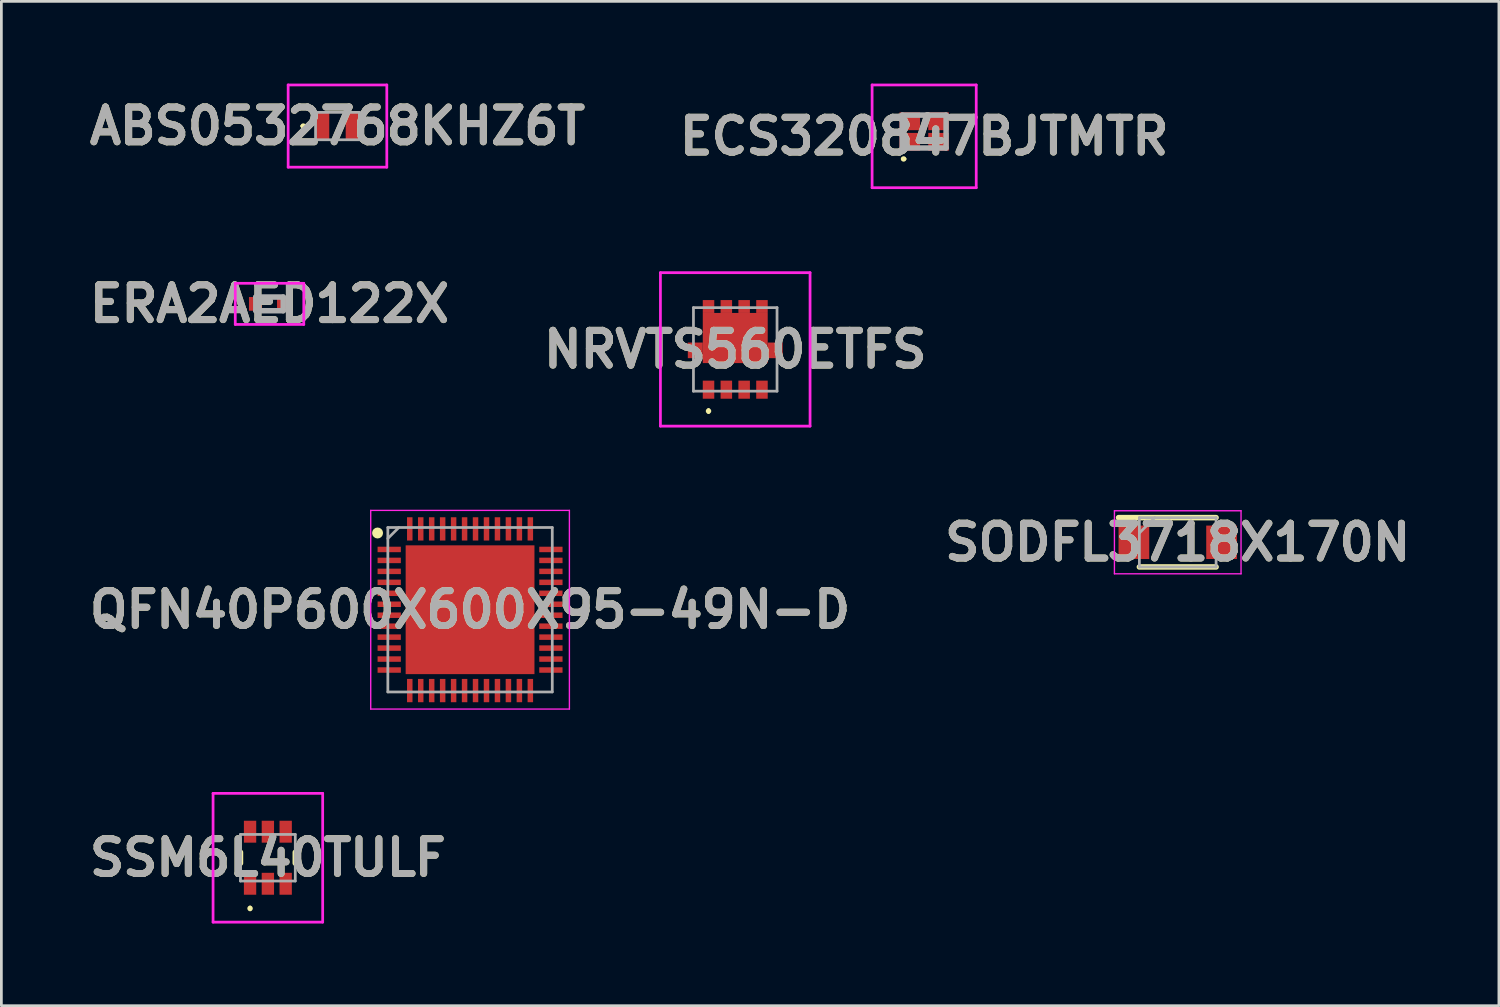
<source format=kicad_pcb>
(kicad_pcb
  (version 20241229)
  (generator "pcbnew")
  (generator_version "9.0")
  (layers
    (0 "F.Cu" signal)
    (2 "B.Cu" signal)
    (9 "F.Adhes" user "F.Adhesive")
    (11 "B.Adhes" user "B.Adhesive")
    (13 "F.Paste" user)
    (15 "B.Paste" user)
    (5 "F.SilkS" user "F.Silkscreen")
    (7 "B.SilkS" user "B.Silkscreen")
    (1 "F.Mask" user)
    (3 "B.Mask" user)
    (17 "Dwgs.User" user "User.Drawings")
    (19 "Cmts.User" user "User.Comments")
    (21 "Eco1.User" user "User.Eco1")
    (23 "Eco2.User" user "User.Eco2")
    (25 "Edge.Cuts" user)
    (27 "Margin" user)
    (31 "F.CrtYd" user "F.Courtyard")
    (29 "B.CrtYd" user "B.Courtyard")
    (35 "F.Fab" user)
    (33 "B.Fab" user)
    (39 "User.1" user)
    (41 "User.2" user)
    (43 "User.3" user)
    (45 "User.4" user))
  (footprint "ERA2AED122X"
    (layer "F.Cu")
    (at 6.785 8.039)
    (property "Reference" "ERA2AED122X" (at 0 0 0) (layer "F.SilkS") (effects (font (size 1.27 1.27) (thickness 0.254))))
    (attr smd)
    (fp_line (start -1.25 -0.75) (end 1.25 -0.75) (stroke (width 0.1) (type solid)) (layer "F.CrtYd"))
    (fp_line (start -1.25 0.75) (end -1.25 -0.75) (stroke (width 0.1) (type solid)) (layer "F.CrtYd"))
    (fp_line (start 1.25 -0.75) (end 1.25 0.75) (stroke (width 0.1) (type solid)) (layer "F.CrtYd"))
    (fp_line (start 1.25 0.75) (end -1.25 0.75) (stroke (width 0.1) (type solid)) (layer "F.CrtYd"))
    (fp_line (start -0.5 -0.25) (end 0.5 -0.25) (stroke (width 0.2) (type solid)) (layer "F.Fab"))
    (fp_line (start -0.5 0.25) (end -0.5 -0.25) (stroke (width 0.2) (type solid)) (layer "F.Fab"))
    (fp_line (start 0.5 -0.25) (end 0.5 0.25) (stroke (width 0.2) (type solid)) (layer "F.Fab"))
    (fp_line (start 0.5 0.25) (end -0.5 0.25) (stroke (width 0.2) (type solid)) (layer "F.Fab"))
    (fp_text user "${REFERENCE}" (at 0 0 0) (layer "F.Fab") (effects (font (size 1.27 1.27) (thickness 0.254))))
    (pad "1" smd rect (at -0.512 0) (size 0.475 0.5) (layers "F.Cu" "F.Mask" "F.Paste"))
    (pad "2" smd rect (at 0.512 0) (size 0.475 0.5) (layers "F.Cu" "F.Mask" "F.Paste")))
  (footprint "ECS320847BJTMTR"
    (layer "F.Cu")
    (at 30.674 1.75)
    (property "Reference" "ECS320847BJTMTR" (at 0 0.175 0) (layer "F.SilkS") (effects (font (size 1.27 1.27) (thickness 0.254))))
    (attr smd)
    (fp_line (start -0.8 1) (end -0.8 1) (stroke (width 0.1) (type solid)) (layer "F.SilkS"))
    (fp_line (start -0.7 1) (end -0.7 1) (stroke (width 0.1) (type solid)) (layer "F.SilkS"))
    (fp_arc (start -0.8 1) (mid -0.75 0.95) (end -0.7 1) (stroke (width 0.1) (type solid)) (layer "F.SilkS"))
    (fp_arc (start -0.7 1) (mid -0.75 1.05) (end -0.8 1) (stroke (width 0.1) (type solid)) (layer "F.SilkS"))
    (fp_line (start -1.9 -1.7) (end 1.9 -1.7) (stroke (width 0.1) (type solid)) (layer "F.CrtYd"))
    (fp_line (start -1.9 2.05) (end -1.9 -1.7) (stroke (width 0.1) (type solid)) (layer "F.CrtYd"))
    (fp_line (start 1.9 -1.7) (end 1.9 2.05) (stroke (width 0.1) (type solid)) (layer "F.CrtYd"))
    (fp_line (start 1.9 2.05) (end -1.9 2.05) (stroke (width 0.1) (type solid)) (layer "F.CrtYd"))
    (fp_line (start -0.8 -0.6) (end 0.8 -0.6) (stroke (width 0.2) (type solid)) (layer "F.Fab"))
    (fp_line (start -0.8 0.6) (end -0.8 -0.6) (stroke (width 0.2) (type solid)) (layer "F.Fab"))
    (fp_line (start 0.8 -0.6) (end 0.8 0.6) (stroke (width 0.2) (type solid)) (layer "F.Fab"))
    (fp_line (start 0.8 0.6) (end -0.8 0.6) (stroke (width 0.2) (type solid)) (layer "F.Fab"))
    (fp_text user "${REFERENCE}" (at 0 0.175 0) (layer "F.Fab") (effects (font (size 1.27 1.27) (thickness 0.254))))
    (pad "1" smd rect (at -0.525 0.375 90) (size 0.65 0.75) (layers "F.Cu" "F.Mask" "F.Paste"))
    (pad "2" smd rect (at 0.525 0.375 90) (size 0.65 0.75) (layers "F.Cu" "F.Mask" "F.Paste"))
    (pad "3" smd rect (at 0.525 -0.375 90) (size 0.65 0.75) (layers "F.Cu" "F.Mask" "F.Paste"))
    (pad "4" smd rect (at -0.525 -0.375 90) (size 0.65 0.75) (layers "F.Cu" "F.Mask" "F.Paste")))
  (footprint "SSM6L40TULF"
    (layer "F.Cu")
    (at 6.725 28.25)
    (property "Reference" "SSM6L40TULF" (at 0 0 0) (layer "F.SilkS") (effects (font (size 1.27 1.27) (thickness 0.254))))
    (attr smd)
    (fp_line (start -1 -0.2) (end -1 0.2) (stroke (width 0.2) (type solid)) (layer "F.SilkS"))
    (fp_line (start -0.65 1.8) (end -0.65 1.8) (stroke (width 0.1) (type solid)) (layer "F.SilkS"))
    (fp_line (start -0.65 1.9) (end -0.65 1.9) (stroke (width 0.1) (type solid)) (layer "F.SilkS"))
    (fp_line (start 1 -0.2) (end 1 0.2) (stroke (width 0.2) (type solid)) (layer "F.SilkS"))
    (fp_arc (start -0.65 1.8) (mid -0.6 1.85) (end -0.65 1.9) (stroke (width 0.1) (type solid)) (layer "F.SilkS"))
    (fp_arc (start -0.65 1.9) (mid -0.7 1.85) (end -0.65 1.8) (stroke (width 0.1) (type solid)) (layer "F.SilkS"))
    (fp_line (start -2 -2.35) (end 2 -2.35) (stroke (width 0.1) (type solid)) (layer "F.CrtYd"))
    (fp_line (start -2 2.35) (end -2 -2.35) (stroke (width 0.1) (type solid)) (layer "F.CrtYd"))
    (fp_line (start 2 -2.35) (end 2 2.35) (stroke (width 0.1) (type solid)) (layer "F.CrtYd"))
    (fp_line (start 2 2.35) (end -2 2.35) (stroke (width 0.1) (type solid)) (layer "F.CrtYd"))
    (fp_line (start -1 -0.85) (end 1 -0.85) (stroke (width 0.1) (type solid)) (layer "F.Fab"))
    (fp_line (start -1 0.85) (end -1 -0.85) (stroke (width 0.1) (type solid)) (layer "F.Fab"))
    (fp_line (start 1 -0.85) (end 1 0.85) (stroke (width 0.1) (type solid)) (layer "F.Fab"))
    (fp_line (start 1 0.85) (end -1 0.85) (stroke (width 0.1) (type solid)) (layer "F.Fab"))
    (fp_text user "${REFERENCE}" (at 0 0 0) (layer "F.Fab") (effects (font (size 1.27 1.27) (thickness 0.254))))
    (pad "1" smd rect (at -0.65 0.95) (size 0.45 0.8) (layers "F.Cu" "F.Mask" "F.Paste"))
    (pad "2" smd rect (at 0 0.95) (size 0.45 0.8) (layers "F.Cu" "F.Mask" "F.Paste"))
    (pad "3" smd rect (at 0.65 0.95) (size 0.45 0.8) (layers "F.Cu" "F.Mask" "F.Paste"))
    (pad "4" smd rect (at 0.65 -0.95) (size 0.45 0.8) (layers "F.Cu" "F.Mask" "F.Paste"))
    (pad "5" smd rect (at 0 -0.95) (size 0.45 0.8) (layers "F.Cu" "F.Mask" "F.Paste"))
    (pad "6" smd rect (at -0.65 -0.95) (size 0.45 0.8) (layers "F.Cu" "F.Mask" "F.Paste")))
  (footprint "QFN40P600X600X95-49N-D"
    (layer "F.Cu")
    (at 14.103 19.2)
    (property "Reference" "QFN40P600X600X95-49N-D" (at 0 0 0) (layer "F.SilkS") (effects (font (size 1.27 1.27) (thickness 0.254))))
    (attr smd)
    (fp_circle (center -3.375 -2.8) (end -3.375 -2.7) (stroke (width 0.2) (type solid)) (fill no) (layer "F.SilkS"))
    (fp_line (start -3.625 -3.625) (end 3.625 -3.625) (stroke (width 0.05) (type solid)) (layer "F.CrtYd"))
    (fp_line (start -3.625 3.625) (end -3.625 -3.625) (stroke (width 0.05) (type solid)) (layer "F.CrtYd"))
    (fp_line (start 3.625 -3.625) (end 3.625 3.625) (stroke (width 0.05) (type solid)) (layer "F.CrtYd"))
    (fp_line (start 3.625 3.625) (end -3.625 3.625) (stroke (width 0.05) (type solid)) (layer "F.CrtYd"))
    (fp_line (start -3 -3) (end 3 -3) (stroke (width 0.1) (type solid)) (layer "F.Fab"))
    (fp_line (start -3 -2.6) (end -2.6 -3) (stroke (width 0.1) (type solid)) (layer "F.Fab"))
    (fp_line (start -3 3) (end -3 -3) (stroke (width 0.1) (type solid)) (layer "F.Fab"))
    (fp_line (start 3 -3) (end 3 3) (stroke (width 0.1) (type solid)) (layer "F.Fab"))
    (fp_line (start 3 3) (end -3 3) (stroke (width 0.1) (type solid)) (layer "F.Fab"))
    (fp_text user "${REFERENCE}" (at 0 0 0) (layer "F.Fab") (effects (font (size 1.27 1.27) (thickness 0.254))))
    (pad "1" smd rect (at -2.95 -2.2 90) (size 0.2 0.85) (layers "F.Cu" "F.Mask" "F.Paste"))
    (pad "2" smd rect (at -2.95 -1.8 90) (size 0.2 0.85) (layers "F.Cu" "F.Mask" "F.Paste"))
    (pad "3" smd rect (at -2.95 -1.4 90) (size 0.2 0.85) (layers "F.Cu" "F.Mask" "F.Paste"))
    (pad "4" smd rect (at -2.95 -1 90) (size 0.2 0.85) (layers "F.Cu" "F.Mask" "F.Paste"))
    (pad "5" smd rect (at -2.95 -0.6 90) (size 0.2 0.85) (layers "F.Cu" "F.Mask" "F.Paste"))
    (pad "6" smd rect (at -2.95 -0.2 90) (size 0.2 0.85) (layers "F.Cu" "F.Mask" "F.Paste"))
    (pad "7" smd rect (at -2.95 0.2 90) (size 0.2 0.85) (layers "F.Cu" "F.Mask" "F.Paste"))
    (pad "8" smd rect (at -2.95 0.6 90) (size 0.2 0.85) (layers "F.Cu" "F.Mask" "F.Paste"))
    (pad "9" smd rect (at -2.95 1 90) (size 0.2 0.85) (layers "F.Cu" "F.Mask" "F.Paste"))
    (pad "10" smd rect (at -2.95 1.4 90) (size 0.2 0.85) (layers "F.Cu" "F.Mask" "F.Paste"))
    (pad "11" smd rect (at -2.95 1.8 90) (size 0.2 0.85) (layers "F.Cu" "F.Mask" "F.Paste"))
    (pad "12" smd rect (at -2.95 2.2 90) (size 0.2 0.85) (layers "F.Cu" "F.Mask" "F.Paste"))
    (pad "13" smd rect (at -2.2 2.95) (size 0.2 0.85) (layers "F.Cu" "F.Mask" "F.Paste"))
    (pad "14" smd rect (at -1.8 2.95) (size 0.2 0.85) (layers "F.Cu" "F.Mask" "F.Paste"))
    (pad "15" smd rect (at -1.4 2.95) (size 0.2 0.85) (layers "F.Cu" "F.Mask" "F.Paste"))
    (pad "16" smd rect (at -1 2.95) (size 0.2 0.85) (layers "F.Cu" "F.Mask" "F.Paste"))
    (pad "17" smd rect (at -0.6 2.95) (size 0.2 0.85) (layers "F.Cu" "F.Mask" "F.Paste"))
    (pad "18" smd rect (at -0.2 2.95) (size 0.2 0.85) (layers "F.Cu" "F.Mask" "F.Paste"))
    (pad "19" smd rect (at 0.2 2.95) (size 0.2 0.85) (layers "F.Cu" "F.Mask" "F.Paste"))
    (pad "20" smd rect (at 0.6 2.95) (size 0.2 0.85) (layers "F.Cu" "F.Mask" "F.Paste"))
    (pad "21" smd rect (at 1 2.95) (size 0.2 0.85) (layers "F.Cu" "F.Mask" "F.Paste"))
    (pad "22" smd rect (at 1.4 2.95) (size 0.2 0.85) (layers "F.Cu" "F.Mask" "F.Paste"))
    (pad "23" smd rect (at 1.8 2.95) (size 0.2 0.85) (layers "F.Cu" "F.Mask" "F.Paste"))
    (pad "24" smd rect (at 2.2 2.95) (size 0.2 0.85) (layers "F.Cu" "F.Mask" "F.Paste"))
    (pad "25" smd rect (at 2.95 2.2 90) (size 0.2 0.85) (layers "F.Cu" "F.Mask" "F.Paste"))
    (pad "26" smd rect (at 2.95 1.8 90) (size 0.2 0.85) (layers "F.Cu" "F.Mask" "F.Paste"))
    (pad "27" smd rect (at 2.95 1.4 90) (size 0.2 0.85) (layers "F.Cu" "F.Mask" "F.Paste"))
    (pad "28" smd rect (at 2.95 1 90) (size 0.2 0.85) (layers "F.Cu" "F.Mask" "F.Paste"))
    (pad "29" smd rect (at 2.95 0.6 90) (size 0.2 0.85) (layers "F.Cu" "F.Mask" "F.Paste"))
    (pad "30" smd rect (at 2.95 0.2 90) (size 0.2 0.85) (layers "F.Cu" "F.Mask" "F.Paste"))
    (pad "31" smd rect (at 2.95 -0.2 90) (size 0.2 0.85) (layers "F.Cu" "F.Mask" "F.Paste"))
    (pad "32" smd rect (at 2.95 -0.6 90) (size 0.2 0.85) (layers "F.Cu" "F.Mask" "F.Paste"))
    (pad "33" smd rect (at 2.95 -1 90) (size 0.2 0.85) (layers "F.Cu" "F.Mask" "F.Paste"))
    (pad "34" smd rect (at 2.95 -1.4 90) (size 0.2 0.85) (layers "F.Cu" "F.Mask" "F.Paste"))
    (pad "35" smd rect (at 2.95 -1.8 90) (size 0.2 0.85) (layers "F.Cu" "F.Mask" "F.Paste"))
    (pad "36" smd rect (at 2.95 -2.2 90) (size 0.2 0.85) (layers "F.Cu" "F.Mask" "F.Paste"))
    (pad "37" smd rect (at 2.2 -2.95) (size 0.2 0.85) (layers "F.Cu" "F.Mask" "F.Paste"))
    (pad "38" smd rect (at 1.8 -2.95) (size 0.2 0.85) (layers "F.Cu" "F.Mask" "F.Paste"))
    (pad "39" smd rect (at 1.4 -2.95) (size 0.2 0.85) (layers "F.Cu" "F.Mask" "F.Paste"))
    (pad "40" smd rect (at 1 -2.95) (size 0.2 0.85) (layers "F.Cu" "F.Mask" "F.Paste"))
    (pad "41" smd rect (at 0.6 -2.95) (size 0.2 0.85) (layers "F.Cu" "F.Mask" "F.Paste"))
    (pad "42" smd rect (at 0.2 -2.95) (size 0.2 0.85) (layers "F.Cu" "F.Mask" "F.Paste"))
    (pad "43" smd rect (at -0.2 -2.95) (size 0.2 0.85) (layers "F.Cu" "F.Mask" "F.Paste"))
    (pad "44" smd rect (at -0.6 -2.95) (size 0.2 0.85) (layers "F.Cu" "F.Mask" "F.Paste"))
    (pad "45" smd rect (at -1 -2.95) (size 0.2 0.85) (layers "F.Cu" "F.Mask" "F.Paste"))
    (pad "46" smd rect (at -1.4 -2.95) (size 0.2 0.85) (layers "F.Cu" "F.Mask" "F.Paste"))
    (pad "47" smd rect (at -1.8 -2.95) (size 0.2 0.85) (layers "F.Cu" "F.Mask" "F.Paste"))
    (pad "48" smd rect (at -2.2 -2.95) (size 0.2 0.85) (layers "F.Cu" "F.Mask" "F.Paste"))
    (pad "49" smd rect (at 0 0) (size 4.7 4.7) (layers "F.Cu" "F.Mask" "F.Paste")))
  (footprint "ABS0532768KHZ6T"
    (layer "F.Cu")
    (at 9.265 1.55)
    (property "Reference" "ABS0532768KHZ6T" (at 0 0 0) (layer "F.SilkS") (effects (font (size 1.27 1.27) (thickness 0.254))))
    (attr smd)
    (fp_line (start -1.3 0) (end -1.3 0) (stroke (width 0.1) (type solid)) (layer "F.SilkS"))
    (fp_line (start -1.2 0) (end -1.2 0) (stroke (width 0.1) (type solid)) (layer "F.SilkS"))
    (fp_arc (start -1.3 0) (mid -1.25 -0.05) (end -1.2 0) (stroke (width 0.1) (type solid)) (layer "F.SilkS"))
    (fp_arc (start -1.2 0) (mid -1.25 0.05) (end -1.3 0) (stroke (width 0.1) (type solid)) (layer "F.SilkS"))
    (fp_line (start -1.8 -1.5) (end 1.8 -1.5) (stroke (width 0.1) (type solid)) (layer "F.CrtYd"))
    (fp_line (start -1.8 1.5) (end -1.8 -1.5) (stroke (width 0.1) (type solid)) (layer "F.CrtYd"))
    (fp_line (start 1.8 -1.5) (end 1.8 1.5) (stroke (width 0.1) (type solid)) (layer "F.CrtYd"))
    (fp_line (start 1.8 1.5) (end -1.8 1.5) (stroke (width 0.1) (type solid)) (layer "F.CrtYd"))
    (fp_line (start -0.8 -0.5) (end 0.8 -0.5) (stroke (width 0.1) (type solid)) (layer "F.Fab"))
    (fp_line (start -0.8 0.5) (end -0.8 -0.5) (stroke (width 0.1) (type solid)) (layer "F.Fab"))
    (fp_line (start 0.8 -0.5) (end 0.8 0.5) (stroke (width 0.1) (type solid)) (layer "F.Fab"))
    (fp_line (start 0.8 0.5) (end -0.8 0.5) (stroke (width 0.1) (type solid)) (layer "F.Fab"))
    (fp_text user "${REFERENCE}" (at 0 0 0) (layer "F.Fab") (effects (font (size 1.27 1.27) (thickness 0.254))))
    (pad "1" smd rect (at -0.55 0) (size 0.5 1) (layers "F.Cu" "F.Mask" "F.Paste"))
    (pad "2" smd rect (at 0.55 0) (size 0.5 1) (layers "F.Cu" "F.Mask" "F.Paste")))
  (footprint "NRVTS560ETFS"
    (layer "F.Cu")
    (at 23.78 9.7)
    (property "Reference" "NRVTS560ETFS" (at 0 0 0) (layer "F.SilkS") (effects (font (size 1.27 1.27) (thickness 0.254))))
    (attr smd)
    (fp_line (start -0.975 2.2) (end -0.975 2.2) (stroke (width 0.1) (type solid)) (layer "F.SilkS"))
    (fp_line (start -0.975 2.3) (end -0.975 2.3) (stroke (width 0.1) (type solid)) (layer "F.SilkS"))
    (fp_arc (start -0.975 2.2) (mid -0.925 2.25) (end -0.975 2.3) (stroke (width 0.1) (type solid)) (layer "F.SilkS"))
    (fp_arc (start -0.975 2.3) (mid -1.025 2.25) (end -0.975 2.2) (stroke (width 0.1) (type solid)) (layer "F.SilkS"))
    (fp_line (start -2.73 -2.8) (end -2.73 2.8) (stroke (width 0.1) (type solid)) (layer "F.CrtYd"))
    (fp_line (start -2.73 2.8) (end 2.73 2.8) (stroke (width 0.1) (type solid)) (layer "F.CrtYd"))
    (fp_line (start 2.73 -2.8) (end -2.73 -2.8) (stroke (width 0.1) (type solid)) (layer "F.CrtYd"))
    (fp_line (start 2.73 2.8) (end 2.73 -2.8) (stroke (width 0.1) (type solid)) (layer "F.CrtYd"))
    (fp_line (start -1.525 -1.525) (end -1.525 1.525) (stroke (width 0.1) (type solid)) (layer "F.Fab"))
    (fp_line (start -1.525 1.525) (end 1.525 1.525) (stroke (width 0.1) (type solid)) (layer "F.Fab"))
    (fp_line (start 1.525 -1.525) (end -1.525 -1.525) (stroke (width 0.1) (type solid)) (layer "F.Fab"))
    (fp_line (start 1.525 1.525) (end 1.525 -1.525) (stroke (width 0.1) (type solid)) (layer "F.Fab"))
    (fp_text user "${REFERENCE}" (at 0 0 0) (layer "F.Fab") (effects (font (size 1.27 1.27) (thickness 0.254))))
    (pad "1" smd rect (at -0.975 1.47) (size 0.42 0.66) (layers "F.Cu" "F.Mask" "F.Paste"))
    (pad "2" smd rect (at -0.325 1.47) (size 0.42 0.66) (layers "F.Cu" "F.Mask" "F.Paste"))
    (pad "3" smd rect (at 0.325 1.47) (size 0.42 0.66) (layers "F.Cu" "F.Mask" "F.Paste"))
    (pad "4" smd rect (at 0.975 1.47) (size 0.42 0.66) (layers "F.Cu" "F.Mask" "F.Paste"))
    (pad "5" smd rect (at 0.975 -1.565) (size 0.42 0.47) (layers "F.Cu" "F.Mask" "F.Paste"))
    (pad "6" smd rect (at 0.325 -1.565) (size 0.42 0.47) (layers "F.Cu" "F.Mask" "F.Paste"))
    (pad "7" smd rect (at -0.325 -1.565) (size 0.42 0.47) (layers "F.Cu" "F.Mask" "F.Paste"))
    (pad "8" smd rect (at -0.975 -1.565) (size 0.42 0.47) (layers "F.Cu" "F.Mask" "F.Paste"))
    (pad "9" smd rect (at 0 -0.415 90) (size 1.83 2.37) (layers "F.Cu" "F.Mask" "F.Paste"))
    (pad "10" smd rect (at -1.458 0.035) (size 0.545 0.57) (layers "F.Cu" "F.Mask" "F.Paste"))
    (pad "11" smd rect (at 1.458 0.035) (size 0.545 0.57) (layers "F.Cu" "F.Mask" "F.Paste")))
  (footprint "SODFL3718X170N"
    (layer "F.Cu")
    (at 39.927 16.739)
    (property "Reference" "SODFL3718X170N" (at 0 0 0) (layer "F.SilkS") (effects (font (size 1.27 1.27) (thickness 0.254))))
    (attr smd)
    (fp_line (start -2.16 -0.9) (end 1.4 -0.9) (stroke (width 0.2) (type solid)) (layer "F.SilkS"))
    (fp_line (start -1.4 0.9) (end 1.4 0.9) (stroke (width 0.2) (type solid)) (layer "F.SilkS"))
    (fp_line (start -2.31 -1.15) (end 2.31 -1.15) (stroke (width 0.05) (type solid)) (layer "F.CrtYd"))
    (fp_line (start -2.31 1.15) (end -2.31 -1.15) (stroke (width 0.05) (type solid)) (layer "F.CrtYd"))
    (fp_line (start 2.31 -1.15) (end 2.31 1.15) (stroke (width 0.05) (type solid)) (layer "F.CrtYd"))
    (fp_line (start 2.31 1.15) (end -2.31 1.15) (stroke (width 0.05) (type solid)) (layer "F.CrtYd"))
    (fp_line (start -1.4 -0.9) (end 1.4 -0.9) (stroke (width 0.1) (type solid)) (layer "F.Fab"))
    (fp_line (start -1.4 -0.34) (end -0.84 -0.9) (stroke (width 0.1) (type solid)) (layer "F.Fab"))
    (fp_line (start -1.4 0.9) (end -1.4 -0.9) (stroke (width 0.1) (type solid)) (layer "F.Fab"))
    (fp_line (start 1.4 -0.9) (end 1.4 0.9) (stroke (width 0.1) (type solid)) (layer "F.Fab"))
    (fp_line (start 1.4 0.9) (end -1.4 0.9) (stroke (width 0.1) (type solid)) (layer "F.Fab"))
    (fp_text user "${REFERENCE}" (at 0 0 0) (layer "F.Fab") (effects (font (size 1.27 1.27) (thickness 0.254))))
    (pad "1" smd rect (at -1.6 0) (size 1.12 1.22) (layers "F.Cu" "F.Mask" "F.Paste"))
    (pad "2" smd rect (at 1.6 0) (size 1.12 1.22) (layers "F.Cu" "F.Mask" "F.Paste")))
  (gr_rect
    (start -3 -3)
    (end 51.647 33.65)
    (stroke (width 0.1) (type default))
    (fill no)
    (layer "Edge.Cuts")))
</source>
